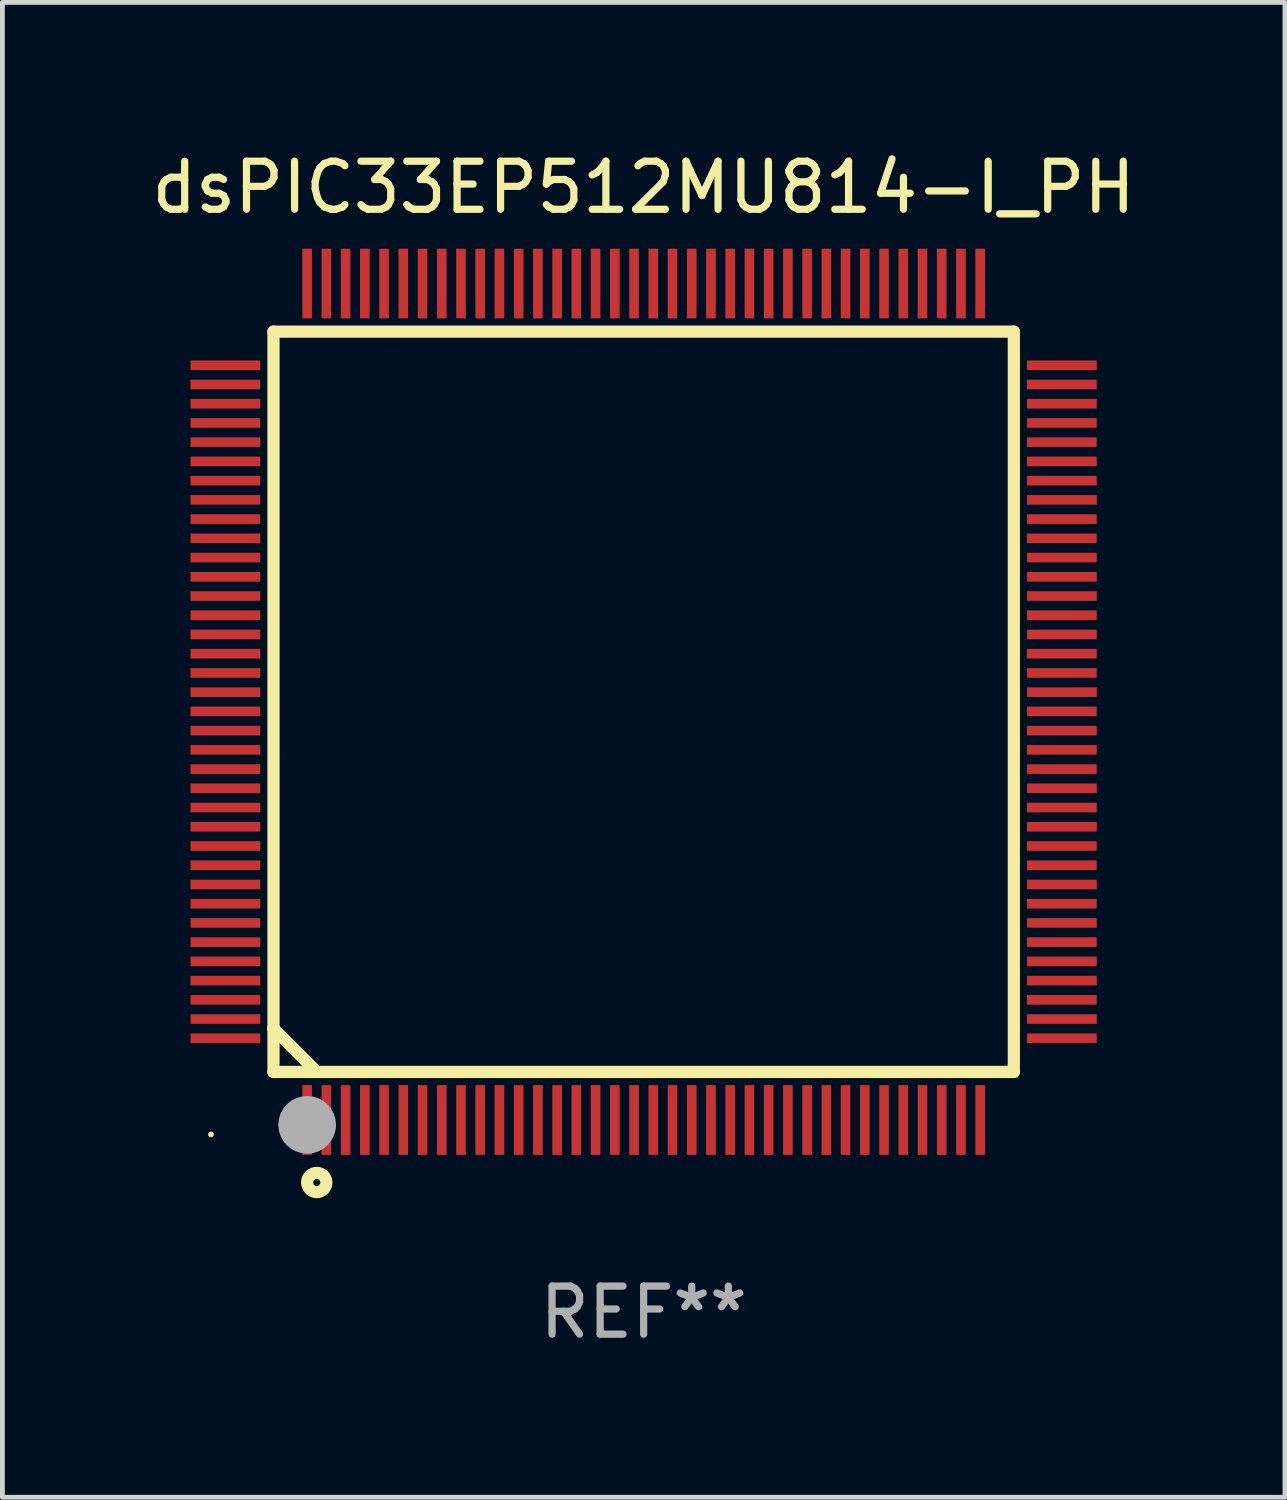
<source format=kicad_pcb>
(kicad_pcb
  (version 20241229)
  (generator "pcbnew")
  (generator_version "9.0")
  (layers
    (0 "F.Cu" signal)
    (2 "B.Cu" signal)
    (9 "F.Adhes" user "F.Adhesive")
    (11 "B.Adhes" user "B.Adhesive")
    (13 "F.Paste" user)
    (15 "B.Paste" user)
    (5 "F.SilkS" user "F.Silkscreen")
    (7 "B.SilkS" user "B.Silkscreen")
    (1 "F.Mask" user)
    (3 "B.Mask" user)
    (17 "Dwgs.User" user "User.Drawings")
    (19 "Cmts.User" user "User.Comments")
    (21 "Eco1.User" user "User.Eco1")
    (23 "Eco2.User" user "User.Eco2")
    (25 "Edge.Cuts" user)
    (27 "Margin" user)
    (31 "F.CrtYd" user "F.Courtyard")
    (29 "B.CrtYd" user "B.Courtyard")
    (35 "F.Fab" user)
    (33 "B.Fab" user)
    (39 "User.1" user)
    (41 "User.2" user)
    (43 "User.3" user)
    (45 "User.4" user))
  (footprint "dsPIC33EP512MU814-I_PH"
    (layer "F.Cu")
    (at 10.339 11.548)
    (property "Reference" "dsPIC33EP512MU814-I_PH" (at 0 -10.7 0) (layer "F.SilkS") (effects (font (size 1 1) (thickness 0.15))))
    (attr through_hole)
    (fp_line (start -7.7 -7.7) (end -7.7 7.7) (stroke (width 0.254) (type solid)) (layer "F.SilkS"))
    (fp_line (start -7.7 -7.7) (end 7.7 -7.7) (stroke (width 0.254) (type solid)) (layer "F.SilkS"))
    (fp_line (start -7.7 6.774) (end -7.7 6.798) (stroke (width 0.254) (type solid)) (layer "F.SilkS"))
    (fp_line (start -7.7 6.798) (end -6.798 7.7) (stroke (width 0.254) (type solid)) (layer "F.SilkS"))
    (fp_line (start -7.7 7.7) (end 7.7 7.7) (stroke (width 0.254) (type solid)) (layer "F.SilkS"))
    (fp_line (start 7.7 7.7) (end 7.7 -7.7) (stroke (width 0.254) (type solid)) (layer "F.SilkS"))
    (fp_circle (center -9 9) (end -8.97 9) (stroke (width 0.06) (type solid)) (fill no) (layer "F.SilkS"))
    (fp_circle (center -6.8 10) (end -6.6 10) (stroke (width 0.254) (type solid)) (fill no) (layer "F.SilkS"))
    (fp_circle (center -7 8.8) (end -6.7 8.8) (stroke (width 0.6) (type solid)) (fill no) (layer "F.Fab"))
    (fp_text user "REF**" (at 0 12.7 0) (layer "F.Fab") (effects (font (size 1 1) (thickness 0.15))))
    (pad "1" smd rect (at -7 8.7) (size 0.2 1.45) (layers "F.Cu" "F.Mask" "F.Paste"))
    (pad "2" smd rect (at -6.6 8.7) (size 0.2 1.45) (layers "F.Cu" "F.Mask" "F.Paste"))
    (pad "3" smd rect (at -6.2 8.7) (size 0.2 1.45) (layers "F.Cu" "F.Mask" "F.Paste"))
    (pad "4" smd rect (at -5.8 8.7) (size 0.2 1.45) (layers "F.Cu" "F.Mask" "F.Paste"))
    (pad "5" smd rect (at -5.4 8.7) (size 0.2 1.45) (layers "F.Cu" "F.Mask" "F.Paste"))
    (pad "6" smd rect (at -5 8.7) (size 0.2 1.45) (layers "F.Cu" "F.Mask" "F.Paste"))
    (pad "7" smd rect (at -4.6 8.7) (size 0.2 1.45) (layers "F.Cu" "F.Mask" "F.Paste"))
    (pad "8" smd rect (at -4.2 8.7) (size 0.2 1.45) (layers "F.Cu" "F.Mask" "F.Paste"))
    (pad "9" smd rect (at -3.8 8.7) (size 0.2 1.45) (layers "F.Cu" "F.Mask" "F.Paste"))
    (pad "10" smd rect (at -3.4 8.7) (size 0.2 1.45) (layers "F.Cu" "F.Mask" "F.Paste"))
    (pad "11" smd rect (at -3 8.7) (size 0.2 1.45) (layers "F.Cu" "F.Mask" "F.Paste"))
    (pad "12" smd rect (at -2.6 8.7) (size 0.2 1.45) (layers "F.Cu" "F.Mask" "F.Paste"))
    (pad "13" smd rect (at -2.2 8.7) (size 0.2 1.45) (layers "F.Cu" "F.Mask" "F.Paste"))
    (pad "14" smd rect (at -1.8 8.7) (size 0.2 1.45) (layers "F.Cu" "F.Mask" "F.Paste"))
    (pad "15" smd rect (at -1.4 8.7) (size 0.2 1.45) (layers "F.Cu" "F.Mask" "F.Paste"))
    (pad "16" smd rect (at -1 8.7) (size 0.2 1.45) (layers "F.Cu" "F.Mask" "F.Paste"))
    (pad "17" smd rect (at -0.6 8.7) (size 0.2 1.45) (layers "F.Cu" "F.Mask" "F.Paste"))
    (pad "18" smd rect (at -0.2 8.7) (size 0.2 1.45) (layers "F.Cu" "F.Mask" "F.Paste"))
    (pad "19" smd rect (at 0.2 8.7) (size 0.2 1.45) (layers "F.Cu" "F.Mask" "F.Paste"))
    (pad "20" smd rect (at 0.6 8.7) (size 0.2 1.45) (layers "F.Cu" "F.Mask" "F.Paste"))
    (pad "21" smd rect (at 1 8.7) (size 0.2 1.45) (layers "F.Cu" "F.Mask" "F.Paste"))
    (pad "22" smd rect (at 1.4 8.7) (size 0.2 1.45) (layers "F.Cu" "F.Mask" "F.Paste"))
    (pad "23" smd rect (at 1.8 8.7) (size 0.2 1.45) (layers "F.Cu" "F.Mask" "F.Paste"))
    (pad "24" smd rect (at 2.2 8.7) (size 0.2 1.45) (layers "F.Cu" "F.Mask" "F.Paste"))
    (pad "25" smd rect (at 2.6 8.7) (size 0.2 1.45) (layers "F.Cu" "F.Mask" "F.Paste"))
    (pad "26" smd rect (at 3 8.7) (size 0.2 1.45) (layers "F.Cu" "F.Mask" "F.Paste"))
    (pad "27" smd rect (at 3.4 8.7) (size 0.2 1.45) (layers "F.Cu" "F.Mask" "F.Paste"))
    (pad "28" smd rect (at 3.8 8.7) (size 0.2 1.45) (layers "F.Cu" "F.Mask" "F.Paste"))
    (pad "29" smd rect (at 4.2 8.7) (size 0.2 1.45) (layers "F.Cu" "F.Mask" "F.Paste"))
    (pad "30" smd rect (at 4.6 8.7) (size 0.2 1.45) (layers "F.Cu" "F.Mask" "F.Paste"))
    (pad "31" smd rect (at 5 8.7) (size 0.2 1.45) (layers "F.Cu" "F.Mask" "F.Paste"))
    (pad "32" smd rect (at 5.4 8.7) (size 0.2 1.45) (layers "F.Cu" "F.Mask" "F.Paste"))
    (pad "33" smd rect (at 5.8 8.7) (size 0.2 1.45) (layers "F.Cu" "F.Mask" "F.Paste"))
    (pad "34" smd rect (at 6.2 8.7) (size 0.2 1.45) (layers "F.Cu" "F.Mask" "F.Paste"))
    (pad "35" smd rect (at 6.6 8.7) (size 0.2 1.45) (layers "F.Cu" "F.Mask" "F.Paste"))
    (pad "36" smd rect (at 7 8.7) (size 0.2 1.45) (layers "F.Cu" "F.Mask" "F.Paste"))
    (pad "37" smd rect (at 8.7 7) (size 1.45 0.2) (layers "F.Cu" "F.Mask" "F.Paste"))
    (pad "38" smd rect (at 8.7 6.6) (size 1.45 0.2) (layers "F.Cu" "F.Mask" "F.Paste"))
    (pad "39" smd rect (at 8.7 6.2) (size 1.45 0.2) (layers "F.Cu" "F.Mask" "F.Paste"))
    (pad "40" smd rect (at 8.7 5.8) (size 1.45 0.2) (layers "F.Cu" "F.Mask" "F.Paste"))
    (pad "41" smd rect (at 8.7 5.4) (size 1.45 0.2) (layers "F.Cu" "F.Mask" "F.Paste"))
    (pad "42" smd rect (at 8.7 5) (size 1.45 0.2) (layers "F.Cu" "F.Mask" "F.Paste"))
    (pad "43" smd rect (at 8.7 4.6) (size 1.45 0.2) (layers "F.Cu" "F.Mask" "F.Paste"))
    (pad "44" smd rect (at 8.7 4.2) (size 1.45 0.2) (layers "F.Cu" "F.Mask" "F.Paste"))
    (pad "45" smd rect (at 8.7 3.8) (size 1.45 0.2) (layers "F.Cu" "F.Mask" "F.Paste"))
    (pad "46" smd rect (at 8.7 3.4) (size 1.45 0.2) (layers "F.Cu" "F.Mask" "F.Paste"))
    (pad "47" smd rect (at 8.7 3) (size 1.45 0.2) (layers "F.Cu" "F.Mask" "F.Paste"))
    (pad "48" smd rect (at 8.7 2.6) (size 1.45 0.2) (layers "F.Cu" "F.Mask" "F.Paste"))
    (pad "49" smd rect (at 8.7 2.2) (size 1.45 0.2) (layers "F.Cu" "F.Mask" "F.Paste"))
    (pad "50" smd rect (at 8.7 1.8) (size 1.45 0.2) (layers "F.Cu" "F.Mask" "F.Paste"))
    (pad "51" smd rect (at 8.7 1.4) (size 1.45 0.2) (layers "F.Cu" "F.Mask" "F.Paste"))
    (pad "52" smd rect (at 8.7 1) (size 1.45 0.2) (layers "F.Cu" "F.Mask" "F.Paste"))
    (pad "53" smd rect (at 8.7 0.6) (size 1.45 0.2) (layers "F.Cu" "F.Mask" "F.Paste"))
    (pad "54" smd rect (at 8.7 0.2) (size 1.45 0.2) (layers "F.Cu" "F.Mask" "F.Paste"))
    (pad "55" smd rect (at 8.7 -0.2) (size 1.45 0.2) (layers "F.Cu" "F.Mask" "F.Paste"))
    (pad "56" smd rect (at 8.7 -0.6) (size 1.45 0.2) (layers "F.Cu" "F.Mask" "F.Paste"))
    (pad "57" smd rect (at 8.7 -1) (size 1.45 0.2) (layers "F.Cu" "F.Mask" "F.Paste"))
    (pad "58" smd rect (at 8.7 -1.4) (size 1.45 0.2) (layers "F.Cu" "F.Mask" "F.Paste"))
    (pad "59" smd rect (at 8.7 -1.8) (size 1.45 0.2) (layers "F.Cu" "F.Mask" "F.Paste"))
    (pad "60" smd rect (at 8.7 -2.2) (size 1.45 0.2) (layers "F.Cu" "F.Mask" "F.Paste"))
    (pad "61" smd rect (at 8.7 -2.6) (size 1.45 0.2) (layers "F.Cu" "F.Mask" "F.Paste"))
    (pad "62" smd rect (at 8.7 -3) (size 1.45 0.2) (layers "F.Cu" "F.Mask" "F.Paste"))
    (pad "63" smd rect (at 8.7 -3.4) (size 1.45 0.2) (layers "F.Cu" "F.Mask" "F.Paste"))
    (pad "64" smd rect (at 8.7 -3.8) (size 1.45 0.2) (layers "F.Cu" "F.Mask" "F.Paste"))
    (pad "65" smd rect (at 8.7 -4.2) (size 1.45 0.2) (layers "F.Cu" "F.Mask" "F.Paste"))
    (pad "66" smd rect (at 8.7 -4.6) (size 1.45 0.2) (layers "F.Cu" "F.Mask" "F.Paste"))
    (pad "67" smd rect (at 8.7 -5) (size 1.45 0.2) (layers "F.Cu" "F.Mask" "F.Paste"))
    (pad "68" smd rect (at 8.7 -5.4) (size 1.45 0.2) (layers "F.Cu" "F.Mask" "F.Paste"))
    (pad "69" smd rect (at 8.7 -5.8) (size 1.45 0.2) (layers "F.Cu" "F.Mask" "F.Paste"))
    (pad "70" smd rect (at 8.7 -6.2) (size 1.45 0.2) (layers "F.Cu" "F.Mask" "F.Paste"))
    (pad "71" smd rect (at 8.7 -6.6) (size 1.45 0.2) (layers "F.Cu" "F.Mask" "F.Paste"))
    (pad "72" smd rect (at 8.7 -7) (size 1.45 0.2) (layers "F.Cu" "F.Mask" "F.Paste"))
    (pad "73" smd rect (at 7 -8.7) (size 0.2 1.45) (layers "F.Cu" "F.Mask" "F.Paste"))
    (pad "74" smd rect (at 6.6 -8.7) (size 0.2 1.45) (layers "F.Cu" "F.Mask" "F.Paste"))
    (pad "75" smd rect (at 6.2 -8.7) (size 0.2 1.45) (layers "F.Cu" "F.Mask" "F.Paste"))
    (pad "76" smd rect (at 5.8 -8.7) (size 0.2 1.45) (layers "F.Cu" "F.Mask" "F.Paste"))
    (pad "77" smd rect (at 5.4 -8.7) (size 0.2 1.45) (layers "F.Cu" "F.Mask" "F.Paste"))
    (pad "78" smd rect (at 5 -8.7) (size 0.2 1.45) (layers "F.Cu" "F.Mask" "F.Paste"))
    (pad "79" smd rect (at 4.6 -8.7) (size 0.2 1.45) (layers "F.Cu" "F.Mask" "F.Paste"))
    (pad "80" smd rect (at 4.2 -8.7) (size 0.2 1.45) (layers "F.Cu" "F.Mask" "F.Paste"))
    (pad "81" smd rect (at 3.8 -8.7) (size 0.2 1.45) (layers "F.Cu" "F.Mask" "F.Paste"))
    (pad "82" smd rect (at 3.4 -8.7) (size 0.2 1.45) (layers "F.Cu" "F.Mask" "F.Paste"))
    (pad "83" smd rect (at 3 -8.7) (size 0.2 1.45) (layers "F.Cu" "F.Mask" "F.Paste"))
    (pad "84" smd rect (at 2.6 -8.7) (size 0.2 1.45) (layers "F.Cu" "F.Mask" "F.Paste"))
    (pad "85" smd rect (at 2.2 -8.7) (size 0.2 1.45) (layers "F.Cu" "F.Mask" "F.Paste"))
    (pad "86" smd rect (at 1.8 -8.7) (size 0.2 1.45) (layers "F.Cu" "F.Mask" "F.Paste"))
    (pad "87" smd rect (at 1.4 -8.7) (size 0.2 1.45) (layers "F.Cu" "F.Mask" "F.Paste"))
    (pad "88" smd rect (at 1 -8.7) (size 0.2 1.45) (layers "F.Cu" "F.Mask" "F.Paste"))
    (pad "89" smd rect (at 0.6 -8.7) (size 0.2 1.45) (layers "F.Cu" "F.Mask" "F.Paste"))
    (pad "90" smd rect (at 0.2 -8.7) (size 0.2 1.45) (layers "F.Cu" "F.Mask" "F.Paste"))
    (pad "91" smd rect (at -0.2 -8.7) (size 0.2 1.45) (layers "F.Cu" "F.Mask" "F.Paste"))
    (pad "92" smd rect (at -0.6 -8.7) (size 0.2 1.45) (layers "F.Cu" "F.Mask" "F.Paste"))
    (pad "93" smd rect (at -1 -8.7) (size 0.2 1.45) (layers "F.Cu" "F.Mask" "F.Paste"))
    (pad "94" smd rect (at -1.4 -8.7) (size 0.2 1.45) (layers "F.Cu" "F.Mask" "F.Paste"))
    (pad "95" smd rect (at -1.8 -8.7) (size 0.2 1.45) (layers "F.Cu" "F.Mask" "F.Paste"))
    (pad "96" smd rect (at -2.2 -8.7) (size 0.2 1.45) (layers "F.Cu" "F.Mask" "F.Paste"))
    (pad "97" smd rect (at -2.6 -8.7) (size 0.2 1.45) (layers "F.Cu" "F.Mask" "F.Paste"))
    (pad "98" smd rect (at -3 -8.7) (size 0.2 1.45) (layers "F.Cu" "F.Mask" "F.Paste"))
    (pad "99" smd rect (at -3.4 -8.7) (size 0.2 1.45) (layers "F.Cu" "F.Mask" "F.Paste"))
    (pad "100" smd rect (at -3.8 -8.7) (size 0.2 1.45) (layers "F.Cu" "F.Mask" "F.Paste"))
    (pad "101" smd rect (at -4.2 -8.7) (size 0.2 1.45) (layers "F.Cu" "F.Mask" "F.Paste"))
    (pad "102" smd rect (at -4.6 -8.7) (size 0.2 1.45) (layers "F.Cu" "F.Mask" "F.Paste"))
    (pad "103" smd rect (at -5 -8.7) (size 0.2 1.45) (layers "F.Cu" "F.Mask" "F.Paste"))
    (pad "104" smd rect (at -5.4 -8.7) (size 0.2 1.45) (layers "F.Cu" "F.Mask" "F.Paste"))
    (pad "105" smd rect (at -5.8 -8.7) (size 0.2 1.45) (layers "F.Cu" "F.Mask" "F.Paste"))
    (pad "106" smd rect (at -6.2 -8.7) (size 0.2 1.45) (layers "F.Cu" "F.Mask" "F.Paste"))
    (pad "107" smd rect (at -6.6 -8.7) (size 0.2 1.45) (layers "F.Cu" "F.Mask" "F.Paste"))
    (pad "108" smd rect (at -7 -8.7) (size 0.2 1.45) (layers "F.Cu" "F.Mask" "F.Paste"))
    (pad "109" smd rect (at -8.7 -7) (size 1.45 0.2) (layers "F.Cu" "F.Mask" "F.Paste"))
    (pad "110" smd rect (at -8.7 -6.6) (size 1.45 0.2) (layers "F.Cu" "F.Mask" "F.Paste"))
    (pad "111" smd rect (at -8.7 -6.2) (size 1.45 0.2) (layers "F.Cu" "F.Mask" "F.Paste"))
    (pad "112" smd rect (at -8.7 -5.8) (size 1.45 0.2) (layers "F.Cu" "F.Mask" "F.Paste"))
    (pad "113" smd rect (at -8.7 -5.4) (size 1.45 0.2) (layers "F.Cu" "F.Mask" "F.Paste"))
    (pad "114" smd rect (at -8.7 -5) (size 1.45 0.2) (layers "F.Cu" "F.Mask" "F.Paste"))
    (pad "115" smd rect (at -8.7 -4.6) (size 1.45 0.2) (layers "F.Cu" "F.Mask" "F.Paste"))
    (pad "116" smd rect (at -8.7 -4.2) (size 1.45 0.2) (layers "F.Cu" "F.Mask" "F.Paste"))
    (pad "117" smd rect (at -8.7 -3.8) (size 1.45 0.2) (layers "F.Cu" "F.Mask" "F.Paste"))
    (pad "118" smd rect (at -8.7 -3.4) (size 1.45 0.2) (layers "F.Cu" "F.Mask" "F.Paste"))
    (pad "119" smd rect (at -8.7 -3) (size 1.45 0.2) (layers "F.Cu" "F.Mask" "F.Paste"))
    (pad "120" smd rect (at -8.7 -2.6) (size 1.45 0.2) (layers "F.Cu" "F.Mask" "F.Paste"))
    (pad "121" smd rect (at -8.7 -2.2) (size 1.45 0.2) (layers "F.Cu" "F.Mask" "F.Paste"))
    (pad "122" smd rect (at -8.7 -1.8) (size 1.45 0.2) (layers "F.Cu" "F.Mask" "F.Paste"))
    (pad "123" smd rect (at -8.7 -1.4) (size 1.45 0.2) (layers "F.Cu" "F.Mask" "F.Paste"))
    (pad "124" smd rect (at -8.7 -1) (size 1.45 0.2) (layers "F.Cu" "F.Mask" "F.Paste"))
    (pad "125" smd rect (at -8.7 -0.6) (size 1.45 0.2) (layers "F.Cu" "F.Mask" "F.Paste"))
    (pad "126" smd rect (at -8.7 -0.2) (size 1.45 0.2) (layers "F.Cu" "F.Mask" "F.Paste"))
    (pad "127" smd rect (at -8.7 0.2) (size 1.45 0.2) (layers "F.Cu" "F.Mask" "F.Paste"))
    (pad "128" smd rect (at -8.7 0.6) (size 1.45 0.2) (layers "F.Cu" "F.Mask" "F.Paste"))
    (pad "129" smd rect (at -8.7 1) (size 1.45 0.2) (layers "F.Cu" "F.Mask" "F.Paste"))
    (pad "130" smd rect (at -8.7 1.4) (size 1.45 0.2) (layers "F.Cu" "F.Mask" "F.Paste"))
    (pad "131" smd rect (at -8.7 1.8) (size 1.45 0.2) (layers "F.Cu" "F.Mask" "F.Paste"))
    (pad "132" smd rect (at -8.7 2.2) (size 1.45 0.2) (layers "F.Cu" "F.Mask" "F.Paste"))
    (pad "133" smd rect (at -8.7 2.6) (size 1.45 0.2) (layers "F.Cu" "F.Mask" "F.Paste"))
    (pad "134" smd rect (at -8.7 3) (size 1.45 0.2) (layers "F.Cu" "F.Mask" "F.Paste"))
    (pad "135" smd rect (at -8.7 3.4) (size 1.45 0.2) (layers "F.Cu" "F.Mask" "F.Paste"))
    (pad "136" smd rect (at -8.7 3.8) (size 1.45 0.2) (layers "F.Cu" "F.Mask" "F.Paste"))
    (pad "137" smd rect (at -8.7 4.2) (size 1.45 0.2) (layers "F.Cu" "F.Mask" "F.Paste"))
    (pad "138" smd rect (at -8.7 4.6) (size 1.45 0.2) (layers "F.Cu" "F.Mask" "F.Paste"))
    (pad "139" smd rect (at -8.7 5) (size 1.45 0.2) (layers "F.Cu" "F.Mask" "F.Paste"))
    (pad "140" smd rect (at -8.7 5.4) (size 1.45 0.2) (layers "F.Cu" "F.Mask" "F.Paste"))
    (pad "141" smd rect (at -8.7 5.8) (size 1.45 0.2) (layers "F.Cu" "F.Mask" "F.Paste"))
    (pad "142" smd rect (at -8.7 6.2) (size 1.45 0.2) (layers "F.Cu" "F.Mask" "F.Paste"))
    (pad "143" smd rect (at -8.7 6.6) (size 1.45 0.2) (layers "F.Cu" "F.Mask" "F.Paste"))
    (pad "144" smd rect (at -8.7 7) (size 1.45 0.2) (layers "F.Cu" "F.Mask" "F.Paste")))
  (gr_rect
    (start -3 -3)
    (end 23.679 28.096)
    (stroke (width 0.1) (type default))
    (fill no)
    (layer "Edge.Cuts")))
</source>
